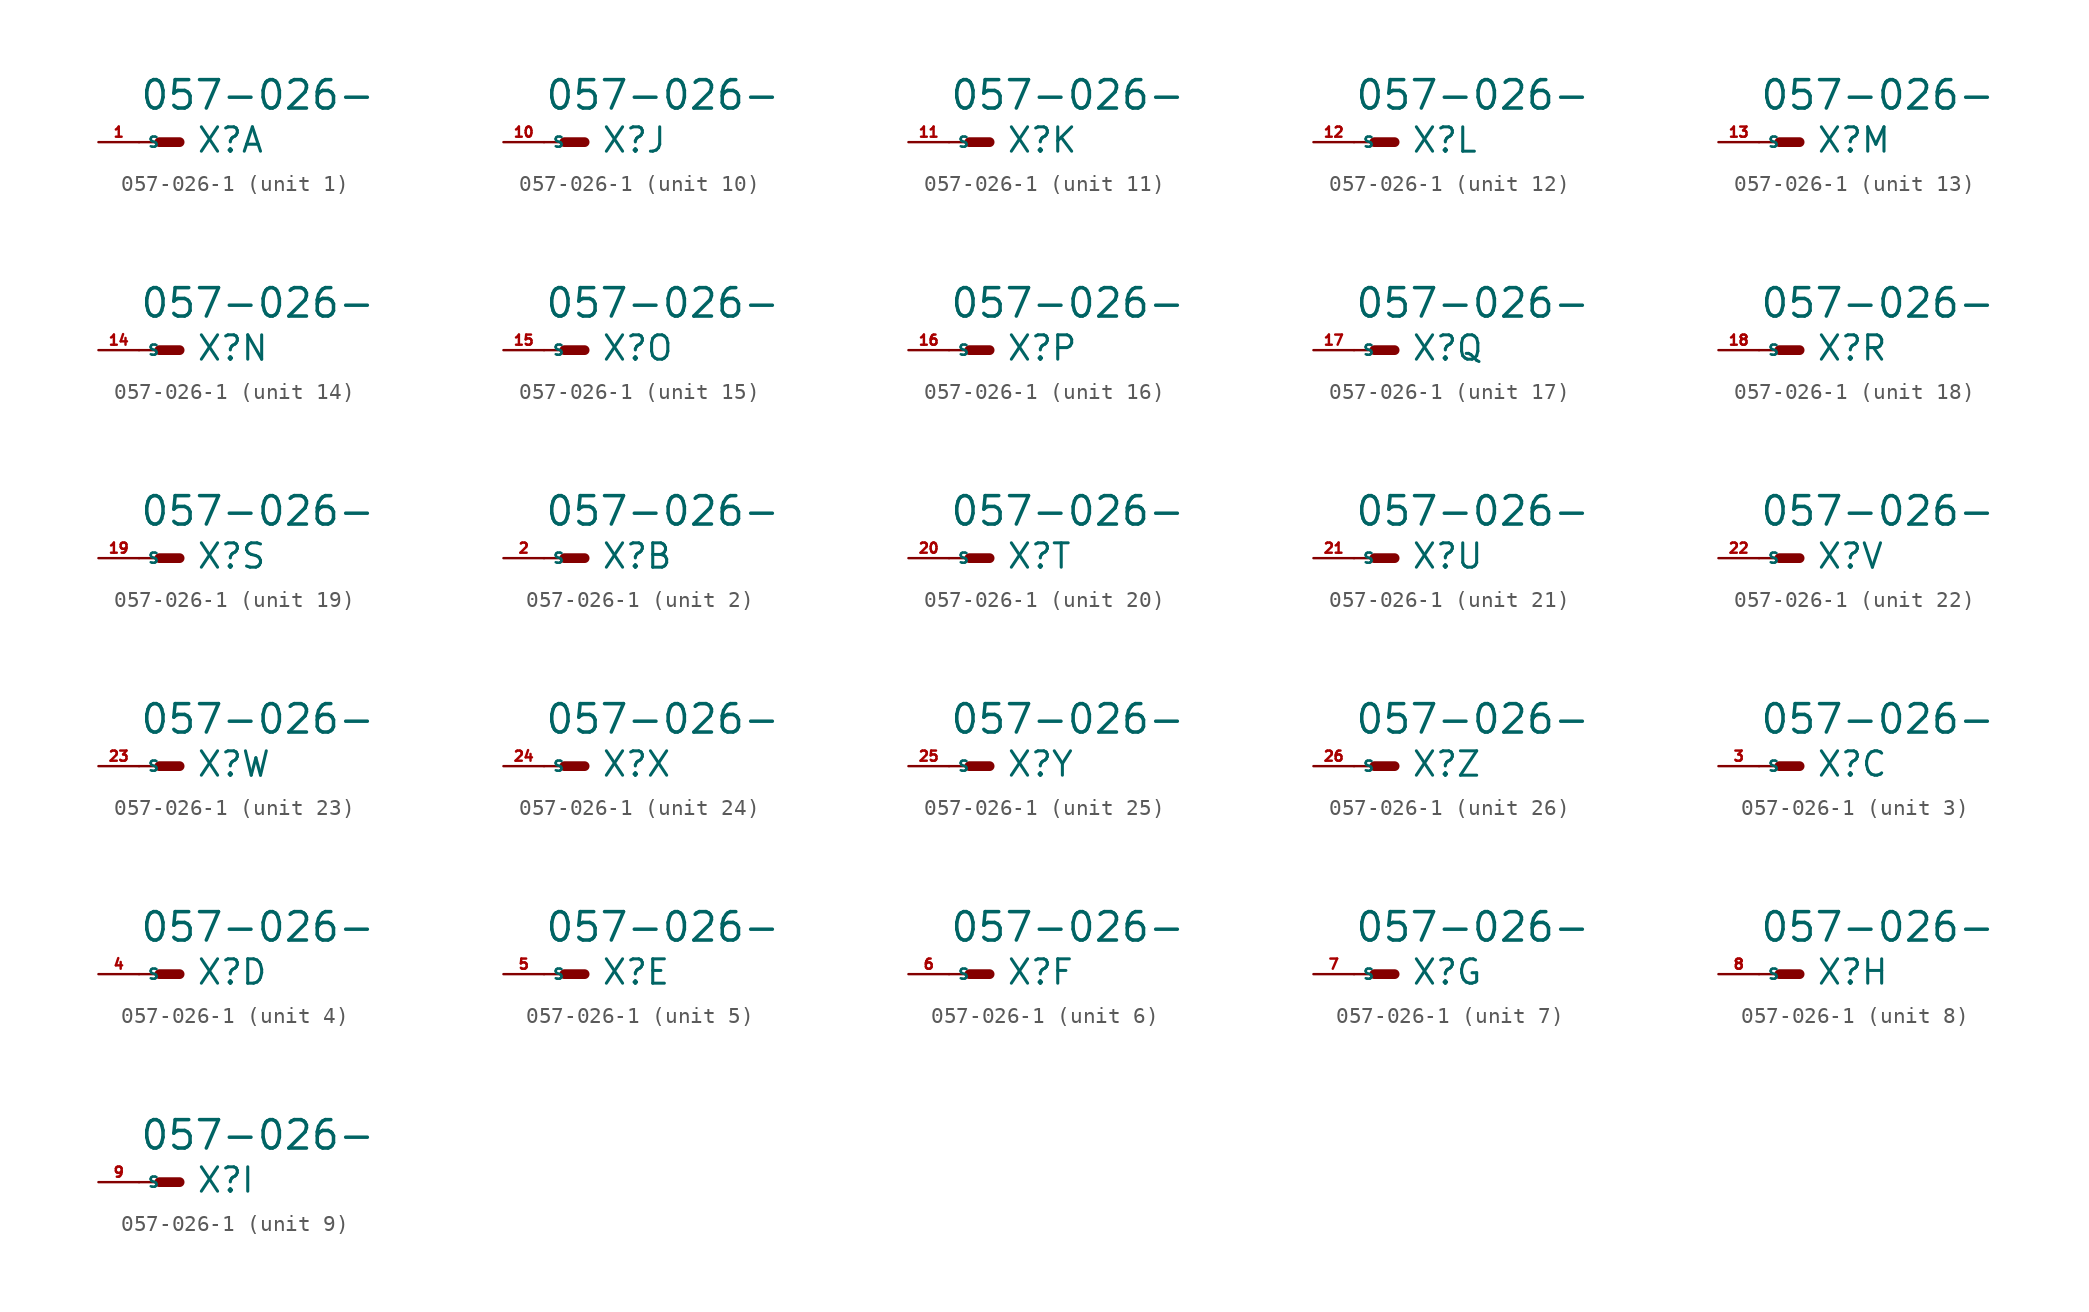
<source format=kicad_sym>
(kicad_symbol_lib
  (version 20220914)
  (generator Eagle2Kicad)
  (symbol "057-026-1"
    (property "Reference" "X"
      (at 1.016 -0.762 0)
      (effects (font (size 1.524 1.524) (thickness 0.19)) (justify left bottom)))
    (property "Value" "057-026-"
      (at -2.54 1.905 0)
      (effects (font (size 1.778 1.778) (thickness 0.22)) (justify left bottom)))
    (symbol "057-026-1_1_0"
      (polyline (pts (xy 0 0) (xy -1.27 0)) (stroke (width 0.61) (type default)) (fill (type none)))
      (polyline (pts (xy -2.54 0) (xy -1.27 0)) (stroke (width 0.152) (type default)) (fill (type none)))
      (pin passive line (at -5.08 0 0) (length 2.54) (name "S" (effects (font (size 0.635 0.635) (thickness 0.08)) (justify left bottom))) (number "1" (effects (font (size 0.635 0.635) (thickness 0.08)) (justify left bottom)))))
    (symbol "057-026-1_2_0"
      (polyline (pts (xy 0 0) (xy -1.27 0)) (stroke (width 0.61) (type default)) (fill (type none)))
      (polyline (pts (xy -2.54 0) (xy -1.27 0)) (stroke (width 0.152) (type default)) (fill (type none)))
      (pin passive line (at -5.08 0 0) (length 2.54) (name "S" (effects (font (size 0.635 0.635) (thickness 0.08)) (justify left bottom))) (number "2" (effects (font (size 0.635 0.635) (thickness 0.08)) (justify left bottom)))))
    (symbol "057-026-1_3_0"
      (polyline (pts (xy 0 0) (xy -1.27 0)) (stroke (width 0.61) (type default)) (fill (type none)))
      (polyline (pts (xy -2.54 0) (xy -1.27 0)) (stroke (width 0.152) (type default)) (fill (type none)))
      (pin passive line (at -5.08 0 0) (length 2.54) (name "S" (effects (font (size 0.635 0.635) (thickness 0.08)) (justify left bottom))) (number "3" (effects (font (size 0.635 0.635) (thickness 0.08)) (justify left bottom)))))
    (symbol "057-026-1_4_0"
      (polyline (pts (xy 0 0) (xy -1.27 0)) (stroke (width 0.61) (type default)) (fill (type none)))
      (polyline (pts (xy -2.54 0) (xy -1.27 0)) (stroke (width 0.152) (type default)) (fill (type none)))
      (pin passive line (at -5.08 0 0) (length 2.54) (name "S" (effects (font (size 0.635 0.635) (thickness 0.08)) (justify left bottom))) (number "4" (effects (font (size 0.635 0.635) (thickness 0.08)) (justify left bottom)))))
    (symbol "057-026-1_5_0"
      (polyline (pts (xy 0 0) (xy -1.27 0)) (stroke (width 0.61) (type default)) (fill (type none)))
      (polyline (pts (xy -2.54 0) (xy -1.27 0)) (stroke (width 0.152) (type default)) (fill (type none)))
      (pin passive line (at -5.08 0 0) (length 2.54) (name "S" (effects (font (size 0.635 0.635) (thickness 0.08)) (justify left bottom))) (number "5" (effects (font (size 0.635 0.635) (thickness 0.08)) (justify left bottom)))))
    (symbol "057-026-1_6_0"
      (polyline (pts (xy 0 0) (xy -1.27 0)) (stroke (width 0.61) (type default)) (fill (type none)))
      (polyline (pts (xy -2.54 0) (xy -1.27 0)) (stroke (width 0.152) (type default)) (fill (type none)))
      (pin passive line (at -5.08 0 0) (length 2.54) (name "S" (effects (font (size 0.635 0.635) (thickness 0.08)) (justify left bottom))) (number "6" (effects (font (size 0.635 0.635) (thickness 0.08)) (justify left bottom)))))
    (symbol "057-026-1_7_0"
      (polyline (pts (xy 0 0) (xy -1.27 0)) (stroke (width 0.61) (type default)) (fill (type none)))
      (polyline (pts (xy -2.54 0) (xy -1.27 0)) (stroke (width 0.152) (type default)) (fill (type none)))
      (pin passive line (at -5.08 0 0) (length 2.54) (name "S" (effects (font (size 0.635 0.635) (thickness 0.08)) (justify left bottom))) (number "7" (effects (font (size 0.635 0.635) (thickness 0.08)) (justify left bottom)))))
    (symbol "057-026-1_8_0"
      (polyline (pts (xy 0 0) (xy -1.27 0)) (stroke (width 0.61) (type default)) (fill (type none)))
      (polyline (pts (xy -2.54 0) (xy -1.27 0)) (stroke (width 0.152) (type default)) (fill (type none)))
      (pin passive line (at -5.08 0 0) (length 2.54) (name "S" (effects (font (size 0.635 0.635) (thickness 0.08)) (justify left bottom))) (number "8" (effects (font (size 0.635 0.635) (thickness 0.08)) (justify left bottom)))))
    (symbol "057-026-1_9_0"
      (polyline (pts (xy 0 0) (xy -1.27 0)) (stroke (width 0.61) (type default)) (fill (type none)))
      (polyline (pts (xy -2.54 0) (xy -1.27 0)) (stroke (width 0.152) (type default)) (fill (type none)))
      (pin passive line (at -5.08 0 0) (length 2.54) (name "S" (effects (font (size 0.635 0.635) (thickness 0.08)) (justify left bottom))) (number "9" (effects (font (size 0.635 0.635) (thickness 0.08)) (justify left bottom)))))
    (symbol "057-026-1_10_0"
      (polyline (pts (xy 0 0) (xy -1.27 0)) (stroke (width 0.61) (type default)) (fill (type none)))
      (polyline (pts (xy -2.54 0) (xy -1.27 0)) (stroke (width 0.152) (type default)) (fill (type none)))
      (pin passive line (at -5.08 0 0) (length 2.54) (name "S" (effects (font (size 0.635 0.635) (thickness 0.08)) (justify left bottom))) (number "10" (effects (font (size 0.635 0.635) (thickness 0.08)) (justify left bottom)))))
    (symbol "057-026-1_11_0"
      (polyline (pts (xy 0 0) (xy -1.27 0)) (stroke (width 0.61) (type default)) (fill (type none)))
      (polyline (pts (xy -2.54 0) (xy -1.27 0)) (stroke (width 0.152) (type default)) (fill (type none)))
      (pin passive line (at -5.08 0 0) (length 2.54) (name "S" (effects (font (size 0.635 0.635) (thickness 0.08)) (justify left bottom))) (number "11" (effects (font (size 0.635 0.635) (thickness 0.08)) (justify left bottom)))))
    (symbol "057-026-1_12_0"
      (polyline (pts (xy 0 0) (xy -1.27 0)) (stroke (width 0.61) (type default)) (fill (type none)))
      (polyline (pts (xy -2.54 0) (xy -1.27 0)) (stroke (width 0.152) (type default)) (fill (type none)))
      (pin passive line (at -5.08 0 0) (length 2.54) (name "S" (effects (font (size 0.635 0.635) (thickness 0.08)) (justify left bottom))) (number "12" (effects (font (size 0.635 0.635) (thickness 0.08)) (justify left bottom)))))
    (symbol "057-026-1_13_0"
      (polyline (pts (xy 0 0) (xy -1.27 0)) (stroke (width 0.61) (type default)) (fill (type none)))
      (polyline (pts (xy -2.54 0) (xy -1.27 0)) (stroke (width 0.152) (type default)) (fill (type none)))
      (pin passive line (at -5.08 0 0) (length 2.54) (name "S" (effects (font (size 0.635 0.635) (thickness 0.08)) (justify left bottom))) (number "13" (effects (font (size 0.635 0.635) (thickness 0.08)) (justify left bottom)))))
    (symbol "057-026-1_14_0"
      (polyline (pts (xy 0 0) (xy -1.27 0)) (stroke (width 0.61) (type default)) (fill (type none)))
      (polyline (pts (xy -2.54 0) (xy -1.27 0)) (stroke (width 0.152) (type default)) (fill (type none)))
      (pin passive line (at -5.08 0 0) (length 2.54) (name "S" (effects (font (size 0.635 0.635) (thickness 0.08)) (justify left bottom))) (number "14" (effects (font (size 0.635 0.635) (thickness 0.08)) (justify left bottom)))))
    (symbol "057-026-1_15_0"
      (polyline (pts (xy 0 0) (xy -1.27 0)) (stroke (width 0.61) (type default)) (fill (type none)))
      (polyline (pts (xy -2.54 0) (xy -1.27 0)) (stroke (width 0.152) (type default)) (fill (type none)))
      (pin passive line (at -5.08 0 0) (length 2.54) (name "S" (effects (font (size 0.635 0.635) (thickness 0.08)) (justify left bottom))) (number "15" (effects (font (size 0.635 0.635) (thickness 0.08)) (justify left bottom)))))
    (symbol "057-026-1_16_0"
      (polyline (pts (xy 0 0) (xy -1.27 0)) (stroke (width 0.61) (type default)) (fill (type none)))
      (polyline (pts (xy -2.54 0) (xy -1.27 0)) (stroke (width 0.152) (type default)) (fill (type none)))
      (pin passive line (at -5.08 0 0) (length 2.54) (name "S" (effects (font (size 0.635 0.635) (thickness 0.08)) (justify left bottom))) (number "16" (effects (font (size 0.635 0.635) (thickness 0.08)) (justify left bottom)))))
    (symbol "057-026-1_17_0"
      (polyline (pts (xy 0 0) (xy -1.27 0)) (stroke (width 0.61) (type default)) (fill (type none)))
      (polyline (pts (xy -2.54 0) (xy -1.27 0)) (stroke (width 0.152) (type default)) (fill (type none)))
      (pin passive line (at -5.08 0 0) (length 2.54) (name "S" (effects (font (size 0.635 0.635) (thickness 0.08)) (justify left bottom))) (number "17" (effects (font (size 0.635 0.635) (thickness 0.08)) (justify left bottom)))))
    (symbol "057-026-1_18_0"
      (polyline (pts (xy 0 0) (xy -1.27 0)) (stroke (width 0.61) (type default)) (fill (type none)))
      (polyline (pts (xy -2.54 0) (xy -1.27 0)) (stroke (width 0.152) (type default)) (fill (type none)))
      (pin passive line (at -5.08 0 0) (length 2.54) (name "S" (effects (font (size 0.635 0.635) (thickness 0.08)) (justify left bottom))) (number "18" (effects (font (size 0.635 0.635) (thickness 0.08)) (justify left bottom)))))
    (symbol "057-026-1_19_0"
      (polyline (pts (xy 0 0) (xy -1.27 0)) (stroke (width 0.61) (type default)) (fill (type none)))
      (polyline (pts (xy -2.54 0) (xy -1.27 0)) (stroke (width 0.152) (type default)) (fill (type none)))
      (pin passive line (at -5.08 0 0) (length 2.54) (name "S" (effects (font (size 0.635 0.635) (thickness 0.08)) (justify left bottom))) (number "19" (effects (font (size 0.635 0.635) (thickness 0.08)) (justify left bottom)))))
    (symbol "057-026-1_20_0"
      (polyline (pts (xy 0 0) (xy -1.27 0)) (stroke (width 0.61) (type default)) (fill (type none)))
      (polyline (pts (xy -2.54 0) (xy -1.27 0)) (stroke (width 0.152) (type default)) (fill (type none)))
      (pin passive line (at -5.08 0 0) (length 2.54) (name "S" (effects (font (size 0.635 0.635) (thickness 0.08)) (justify left bottom))) (number "20" (effects (font (size 0.635 0.635) (thickness 0.08)) (justify left bottom)))))
    (symbol "057-026-1_21_0"
      (polyline (pts (xy 0 0) (xy -1.27 0)) (stroke (width 0.61) (type default)) (fill (type none)))
      (polyline (pts (xy -2.54 0) (xy -1.27 0)) (stroke (width 0.152) (type default)) (fill (type none)))
      (pin passive line (at -5.08 0 0) (length 2.54) (name "S" (effects (font (size 0.635 0.635) (thickness 0.08)) (justify left bottom))) (number "21" (effects (font (size 0.635 0.635) (thickness 0.08)) (justify left bottom)))))
    (symbol "057-026-1_22_0"
      (polyline (pts (xy 0 0) (xy -1.27 0)) (stroke (width 0.61) (type default)) (fill (type none)))
      (polyline (pts (xy -2.54 0) (xy -1.27 0)) (stroke (width 0.152) (type default)) (fill (type none)))
      (pin passive line (at -5.08 0 0) (length 2.54) (name "S" (effects (font (size 0.635 0.635) (thickness 0.08)) (justify left bottom))) (number "22" (effects (font (size 0.635 0.635) (thickness 0.08)) (justify left bottom)))))
    (symbol "057-026-1_23_0"
      (polyline (pts (xy 0 0) (xy -1.27 0)) (stroke (width 0.61) (type default)) (fill (type none)))
      (polyline (pts (xy -2.54 0) (xy -1.27 0)) (stroke (width 0.152) (type default)) (fill (type none)))
      (pin passive line (at -5.08 0 0) (length 2.54) (name "S" (effects (font (size 0.635 0.635) (thickness 0.08)) (justify left bottom))) (number "23" (effects (font (size 0.635 0.635) (thickness 0.08)) (justify left bottom)))))
    (symbol "057-026-1_24_0"
      (polyline (pts (xy 0 0) (xy -1.27 0)) (stroke (width 0.61) (type default)) (fill (type none)))
      (polyline (pts (xy -2.54 0) (xy -1.27 0)) (stroke (width 0.152) (type default)) (fill (type none)))
      (pin passive line (at -5.08 0 0) (length 2.54) (name "S" (effects (font (size 0.635 0.635) (thickness 0.08)) (justify left bottom))) (number "24" (effects (font (size 0.635 0.635) (thickness 0.08)) (justify left bottom)))))
    (symbol "057-026-1_25_0"
      (polyline (pts (xy 0 0) (xy -1.27 0)) (stroke (width 0.61) (type default)) (fill (type none)))
      (polyline (pts (xy -2.54 0) (xy -1.27 0)) (stroke (width 0.152) (type default)) (fill (type none)))
      (pin passive line (at -5.08 0 0) (length 2.54) (name "S" (effects (font (size 0.635 0.635) (thickness 0.08)) (justify left bottom))) (number "25" (effects (font (size 0.635 0.635) (thickness 0.08)) (justify left bottom)))))
    (symbol "057-026-1_26_0"
      (polyline (pts (xy 0 0) (xy -1.27 0)) (stroke (width 0.61) (type default)) (fill (type none)))
      (polyline (pts (xy -2.54 0) (xy -1.27 0)) (stroke (width 0.152) (type default)) (fill (type none)))
      (pin passive line (at -5.08 0 0) (length 2.54) (name "S" (effects (font (size 0.635 0.635) (thickness 0.08)) (justify left bottom))) (number "26" (effects (font (size 0.635 0.635) (thickness 0.08)) (justify left bottom)))))))
</source>
